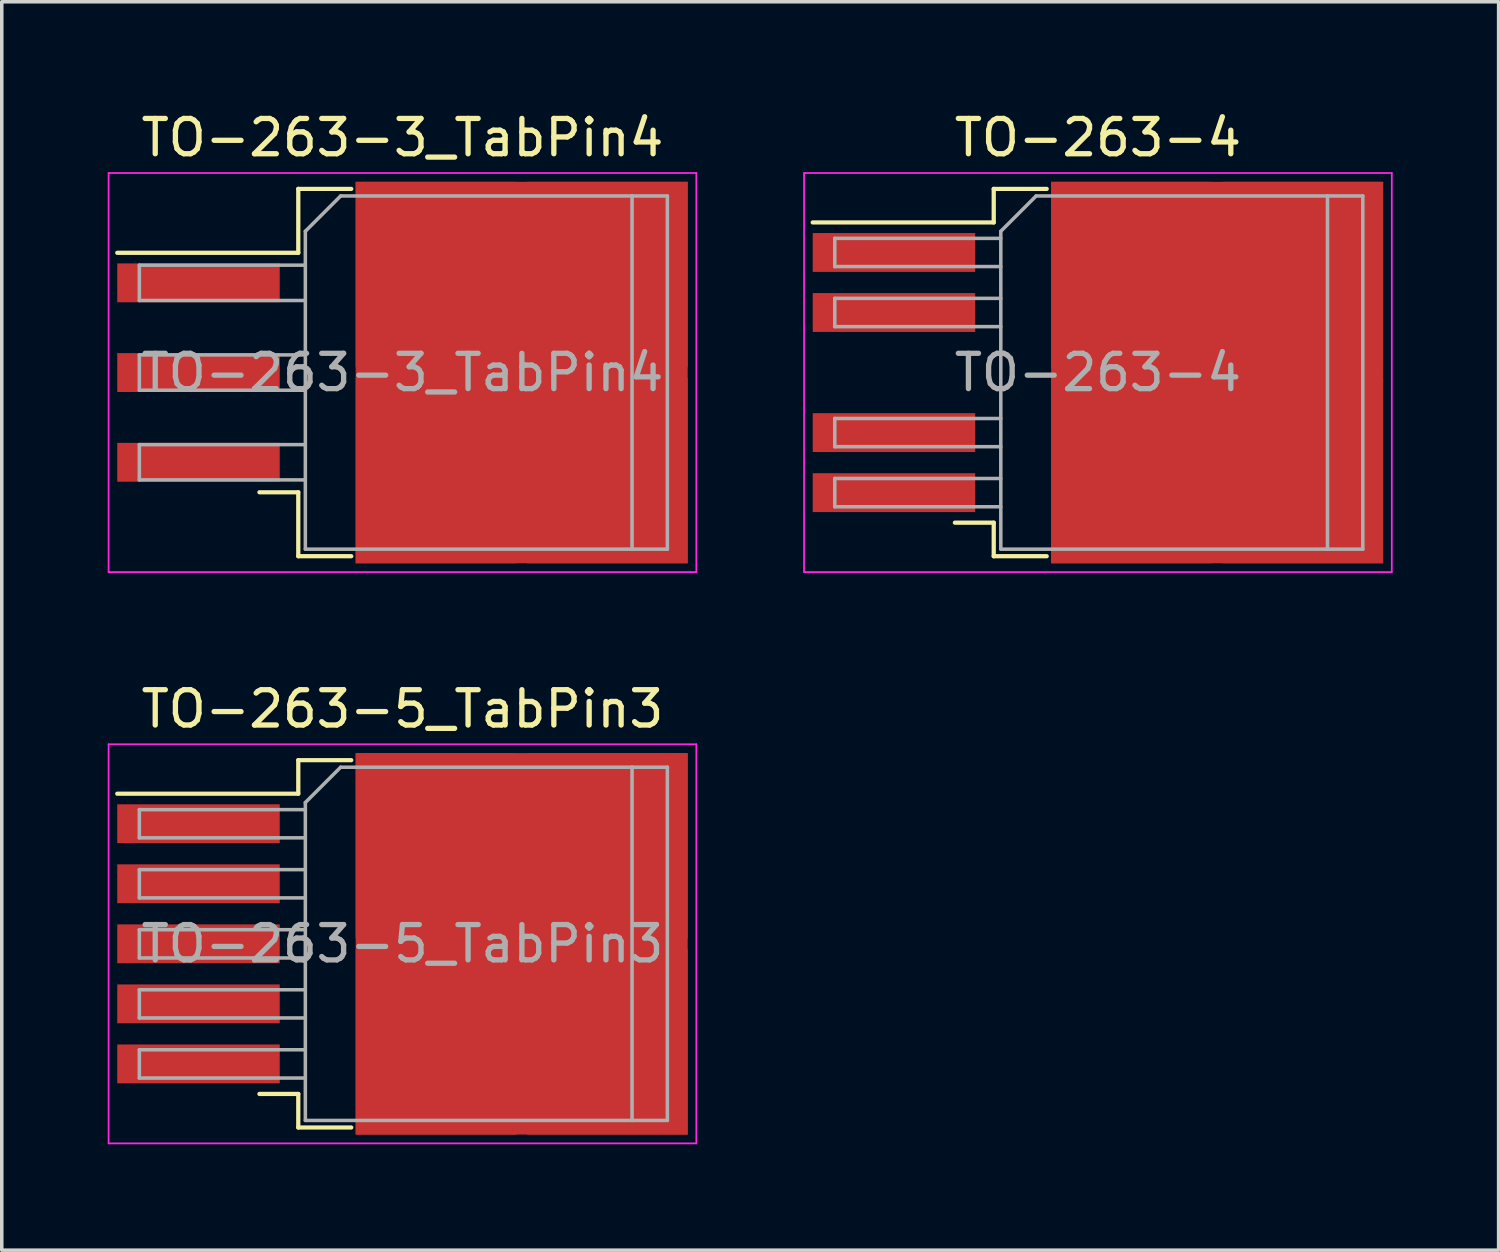
<source format=kicad_pcb>
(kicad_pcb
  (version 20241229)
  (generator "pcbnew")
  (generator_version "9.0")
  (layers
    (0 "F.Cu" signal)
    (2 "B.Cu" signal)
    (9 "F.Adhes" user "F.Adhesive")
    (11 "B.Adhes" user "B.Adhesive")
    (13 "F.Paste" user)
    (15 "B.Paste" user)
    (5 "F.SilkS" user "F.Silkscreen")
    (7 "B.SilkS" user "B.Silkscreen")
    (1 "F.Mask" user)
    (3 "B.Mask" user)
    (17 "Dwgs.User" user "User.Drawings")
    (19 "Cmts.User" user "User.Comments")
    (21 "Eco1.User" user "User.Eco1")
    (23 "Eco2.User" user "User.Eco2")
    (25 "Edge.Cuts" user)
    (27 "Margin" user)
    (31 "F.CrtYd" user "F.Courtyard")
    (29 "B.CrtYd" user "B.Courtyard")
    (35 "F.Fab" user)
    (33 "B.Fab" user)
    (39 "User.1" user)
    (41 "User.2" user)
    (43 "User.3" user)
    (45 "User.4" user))
  (footprint "TO-263-5_TabPin3"
    (layer "F.Cu")
    (at 8.345 23.672)
    (property "Reference" "TO-263-5_TabPin3" (at 0 -6.65 0) (layer "F.SilkS") (effects (font (size 1 1) (thickness 0.15))))
    (attr smd)
    (fp_line (start -2.95 -5.2) (end -2.95 -4.25) (stroke (width 0.12) (type solid)) (layer "F.SilkS"))
    (fp_line (start -2.95 -4.25) (end -8.075 -4.25) (stroke (width 0.12) (type solid)) (layer "F.SilkS"))
    (fp_line (start -2.95 4.25) (end -4.05 4.25) (stroke (width 0.12) (type solid)) (layer "F.SilkS"))
    (fp_line (start -2.95 5.2) (end -2.95 4.25) (stroke (width 0.12) (type solid)) (layer "F.SilkS"))
    (fp_line (start -1.45 -5.2) (end -2.95 -5.2) (stroke (width 0.12) (type solid)) (layer "F.SilkS"))
    (fp_line (start -1.45 5.2) (end -2.95 5.2) (stroke (width 0.12) (type solid)) (layer "F.SilkS"))
    (fp_line (start -8.32 -5.65) (end -8.32 5.65) (stroke (width 0.05) (type solid)) (layer "F.CrtYd"))
    (fp_line (start -8.32 5.65) (end 8.32 5.65) (stroke (width 0.05) (type solid)) (layer "F.CrtYd"))
    (fp_line (start 8.32 -5.65) (end -8.32 -5.65) (stroke (width 0.05) (type solid)) (layer "F.CrtYd"))
    (fp_line (start 8.32 5.65) (end 8.32 -5.65) (stroke (width 0.05) (type solid)) (layer "F.CrtYd"))
    (fp_line (start -7.45 -3.8) (end -7.45 -3) (stroke (width 0.1) (type solid)) (layer "F.Fab"))
    (fp_line (start -7.45 -3) (end -2.75 -3) (stroke (width 0.1) (type solid)) (layer "F.Fab"))
    (fp_line (start -7.45 -2.1) (end -7.45 -1.3) (stroke (width 0.1) (type solid)) (layer "F.Fab"))
    (fp_line (start -7.45 -1.3) (end -2.75 -1.3) (stroke (width 0.1) (type solid)) (layer "F.Fab"))
    (fp_line (start -7.45 -0.4) (end -7.45 0.4) (stroke (width 0.1) (type solid)) (layer "F.Fab"))
    (fp_line (start -7.45 0.4) (end -2.75 0.4) (stroke (width 0.1) (type solid)) (layer "F.Fab"))
    (fp_line (start -7.45 1.3) (end -7.45 2.1) (stroke (width 0.1) (type solid)) (layer "F.Fab"))
    (fp_line (start -7.45 2.1) (end -2.75 2.1) (stroke (width 0.1) (type solid)) (layer "F.Fab"))
    (fp_line (start -7.45 3) (end -7.45 3.8) (stroke (width 0.1) (type solid)) (layer "F.Fab"))
    (fp_line (start -7.45 3.8) (end -2.75 3.8) (stroke (width 0.1) (type solid)) (layer "F.Fab"))
    (fp_line (start -2.75 -4) (end -1.75 -5) (stroke (width 0.1) (type solid)) (layer "F.Fab"))
    (fp_line (start -2.75 -3.8) (end -7.45 -3.8) (stroke (width 0.1) (type solid)) (layer "F.Fab"))
    (fp_line (start -2.75 -2.1) (end -7.45 -2.1) (stroke (width 0.1) (type solid)) (layer "F.Fab"))
    (fp_line (start -2.75 -0.4) (end -7.45 -0.4) (stroke (width 0.1) (type solid)) (layer "F.Fab"))
    (fp_line (start -2.75 1.3) (end -7.45 1.3) (stroke (width 0.1) (type solid)) (layer "F.Fab"))
    (fp_line (start -2.75 3) (end -7.45 3) (stroke (width 0.1) (type solid)) (layer "F.Fab"))
    (fp_line (start -2.75 5) (end -2.75 -4) (stroke (width 0.1) (type solid)) (layer "F.Fab"))
    (fp_line (start -1.75 -5) (end 6.5 -5) (stroke (width 0.1) (type solid)) (layer "F.Fab"))
    (fp_line (start 6.5 -5) (end 6.5 5) (stroke (width 0.1) (type solid)) (layer "F.Fab"))
    (fp_line (start 6.5 -5) (end 7.5 -5) (stroke (width 0.1) (type solid)) (layer "F.Fab"))
    (fp_line (start 6.5 5) (end -2.75 5) (stroke (width 0.1) (type solid)) (layer "F.Fab"))
    (fp_line (start 7.5 -5) (end 7.5 5) (stroke (width 0.1) (type solid)) (layer "F.Fab"))
    (fp_line (start 7.5 5) (end 6.5 5) (stroke (width 0.1) (type solid)) (layer "F.Fab"))
    (fp_text user "${REFERENCE}" (at 0 0 0) (layer "F.Fab") (effects (font (size 1 1) (thickness 0.15))))
    (pad "1" smd rect (at -5.775 -3.4) (size 4.6 1.1) (layers "F.Cu" "F.Mask" "F.Paste"))
    (pad "2" smd rect (at -5.775 -1.7) (size 4.6 1.1) (layers "F.Cu" "F.Mask" "F.Paste"))
    (pad "3" smd rect (at -5.775 0) (size 4.6 1.1) (layers "F.Cu" "F.Mask" "F.Paste"))
    (pad "3" smd rect (at 0.95 -2.775) (size 4.55 5.25) (layers "F.Cu" "F.Paste"))
    (pad "3" smd rect (at 0.95 2.775) (size 4.55 5.25) (layers "F.Cu" "F.Paste"))
    (pad "3" smd rect (at 3.375 0) (size 9.4 10.8) (layers "F.Cu" "F.Mask"))
    (pad "3" smd rect (at 5.8 -2.775) (size 4.55 5.25) (layers "F.Cu" "F.Paste"))
    (pad "3" smd rect (at 5.8 2.775) (size 4.55 5.25) (layers "F.Cu" "F.Paste"))
    (pad "4" smd rect (at -5.775 1.7) (size 4.6 1.1) (layers "F.Cu" "F.Mask" "F.Paste"))
    (pad "5" smd rect (at -5.775 3.4) (size 4.6 1.1) (layers "F.Cu" "F.Mask" "F.Paste")))
  (footprint "TO-263-3_TabPin4"
    (layer "F.Cu")
    (at 8.345 7.498)
    (property "Reference" "TO-263-3_TabPin4" (at 0 -6.65 0) (layer "F.SilkS") (effects (font (size 1 1) (thickness 0.15))))
    (attr smd)
    (fp_line (start -2.95 -5.2) (end -2.95 -3.39) (stroke (width 0.12) (type solid)) (layer "F.SilkS"))
    (fp_line (start -2.95 -3.39) (end -8.075 -3.39) (stroke (width 0.12) (type solid)) (layer "F.SilkS"))
    (fp_line (start -2.95 3.39) (end -4.05 3.39) (stroke (width 0.12) (type solid)) (layer "F.SilkS"))
    (fp_line (start -2.95 5.2) (end -2.95 3.39) (stroke (width 0.12) (type solid)) (layer "F.SilkS"))
    (fp_line (start -1.45 -5.2) (end -2.95 -5.2) (stroke (width 0.12) (type solid)) (layer "F.SilkS"))
    (fp_line (start -1.45 5.2) (end -2.95 5.2) (stroke (width 0.12) (type solid)) (layer "F.SilkS"))
    (fp_line (start -8.32 -5.65) (end -8.32 5.65) (stroke (width 0.05) (type solid)) (layer "F.CrtYd"))
    (fp_line (start -8.32 5.65) (end 8.32 5.65) (stroke (width 0.05) (type solid)) (layer "F.CrtYd"))
    (fp_line (start 8.32 -5.65) (end -8.32 -5.65) (stroke (width 0.05) (type solid)) (layer "F.CrtYd"))
    (fp_line (start 8.32 5.65) (end 8.32 -5.65) (stroke (width 0.05) (type solid)) (layer "F.CrtYd"))
    (fp_line (start -7.45 -3.04) (end -7.45 -2.04) (stroke (width 0.1) (type solid)) (layer "F.Fab"))
    (fp_line (start -7.45 -2.04) (end -2.75 -2.04) (stroke (width 0.1) (type solid)) (layer "F.Fab"))
    (fp_line (start -7.45 -0.5) (end -7.45 0.5) (stroke (width 0.1) (type solid)) (layer "F.Fab"))
    (fp_line (start -7.45 0.5) (end -2.75 0.5) (stroke (width 0.1) (type solid)) (layer "F.Fab"))
    (fp_line (start -7.45 2.04) (end -7.45 3.04) (stroke (width 0.1) (type solid)) (layer "F.Fab"))
    (fp_line (start -7.45 3.04) (end -2.75 3.04) (stroke (width 0.1) (type solid)) (layer "F.Fab"))
    (fp_line (start -2.75 -4) (end -1.75 -5) (stroke (width 0.1) (type solid)) (layer "F.Fab"))
    (fp_line (start -2.75 -3.04) (end -7.45 -3.04) (stroke (width 0.1) (type solid)) (layer "F.Fab"))
    (fp_line (start -2.75 -0.5) (end -7.45 -0.5) (stroke (width 0.1) (type solid)) (layer "F.Fab"))
    (fp_line (start -2.75 2.04) (end -7.45 2.04) (stroke (width 0.1) (type solid)) (layer "F.Fab"))
    (fp_line (start -2.75 5) (end -2.75 -4) (stroke (width 0.1) (type solid)) (layer "F.Fab"))
    (fp_line (start -1.75 -5) (end 6.5 -5) (stroke (width 0.1) (type solid)) (layer "F.Fab"))
    (fp_line (start 6.5 -5) (end 6.5 5) (stroke (width 0.1) (type solid)) (layer "F.Fab"))
    (fp_line (start 6.5 -5) (end 7.5 -5) (stroke (width 0.1) (type solid)) (layer "F.Fab"))
    (fp_line (start 6.5 5) (end -2.75 5) (stroke (width 0.1) (type solid)) (layer "F.Fab"))
    (fp_line (start 7.5 -5) (end 7.5 5) (stroke (width 0.1) (type solid)) (layer "F.Fab"))
    (fp_line (start 7.5 5) (end 6.5 5) (stroke (width 0.1) (type solid)) (layer "F.Fab"))
    (fp_text user "${REFERENCE}" (at 0 0 0) (layer "F.Fab") (effects (font (size 1 1) (thickness 0.15))))
    (pad "1" smd rect (at -5.775 -2.54) (size 4.6 1.1) (layers "F.Cu" "F.Mask" "F.Paste"))
    (pad "2" smd rect (at -5.775 0) (size 4.6 1.1) (layers "F.Cu" "F.Mask" "F.Paste"))
    (pad "3" smd rect (at -5.775 2.54) (size 4.6 1.1) (layers "F.Cu" "F.Mask" "F.Paste"))
    (pad "4" smd rect (at 0.95 -2.775) (size 4.55 5.25) (layers "F.Cu" "F.Paste"))
    (pad "4" smd rect (at 0.95 2.775) (size 4.55 5.25) (layers "F.Cu" "F.Paste"))
    (pad "4" smd rect (at 3.375 0) (size 9.4 10.8) (layers "F.Cu" "F.Mask"))
    (pad "4" smd rect (at 5.8 -2.775) (size 4.55 5.25) (layers "F.Cu" "F.Paste"))
    (pad "4" smd rect (at 5.8 2.775) (size 4.55 5.25) (layers "F.Cu" "F.Paste")))
  (footprint "TO-263-4"
    (layer "F.Cu")
    (at 28.035 7.498)
    (property "Reference" "TO-263-4" (at 0 -6.65 0) (layer "F.SilkS") (effects (font (size 1 1) (thickness 0.15))))
    (attr smd)
    (fp_line (start -2.95 -5.2) (end -2.95 -4.25) (stroke (width 0.12) (type solid)) (layer "F.SilkS"))
    (fp_line (start -2.95 -4.25) (end -8.075 -4.25) (stroke (width 0.12) (type solid)) (layer "F.SilkS"))
    (fp_line (start -2.95 4.25) (end -4.05 4.25) (stroke (width 0.12) (type solid)) (layer "F.SilkS"))
    (fp_line (start -2.95 5.2) (end -2.95 4.25) (stroke (width 0.12) (type solid)) (layer "F.SilkS"))
    (fp_line (start -1.45 -5.2) (end -2.95 -5.2) (stroke (width 0.12) (type solid)) (layer "F.SilkS"))
    (fp_line (start -1.45 5.2) (end -2.95 5.2) (stroke (width 0.12) (type solid)) (layer "F.SilkS"))
    (fp_line (start -8.32 -5.65) (end -8.32 5.65) (stroke (width 0.05) (type solid)) (layer "F.CrtYd"))
    (fp_line (start -8.32 5.65) (end 8.32 5.65) (stroke (width 0.05) (type solid)) (layer "F.CrtYd"))
    (fp_line (start 8.32 -5.65) (end -8.32 -5.65) (stroke (width 0.05) (type solid)) (layer "F.CrtYd"))
    (fp_line (start 8.32 5.65) (end 8.32 -5.65) (stroke (width 0.05) (type solid)) (layer "F.CrtYd"))
    (fp_line (start -7.45 -3.8) (end -7.45 -3) (stroke (width 0.1) (type solid)) (layer "F.Fab"))
    (fp_line (start -7.45 -3) (end -2.75 -3) (stroke (width 0.1) (type solid)) (layer "F.Fab"))
    (fp_line (start -7.45 -2.1) (end -7.45 -1.3) (stroke (width 0.1) (type solid)) (layer "F.Fab"))
    (fp_line (start -7.45 -1.3) (end -2.75 -1.3) (stroke (width 0.1) (type solid)) (layer "F.Fab"))
    (fp_line (start -7.45 1.3) (end -7.45 2.1) (stroke (width 0.1) (type solid)) (layer "F.Fab"))
    (fp_line (start -7.45 2.1) (end -2.75 2.1) (stroke (width 0.1) (type solid)) (layer "F.Fab"))
    (fp_line (start -7.45 3) (end -7.45 3.8) (stroke (width 0.1) (type solid)) (layer "F.Fab"))
    (fp_line (start -7.45 3.8) (end -2.75 3.8) (stroke (width 0.1) (type solid)) (layer "F.Fab"))
    (fp_line (start -2.75 -4) (end -1.75 -5) (stroke (width 0.1) (type solid)) (layer "F.Fab"))
    (fp_line (start -2.75 -3.8) (end -7.45 -3.8) (stroke (width 0.1) (type solid)) (layer "F.Fab"))
    (fp_line (start -2.75 -2.1) (end -7.45 -2.1) (stroke (width 0.1) (type solid)) (layer "F.Fab"))
    (fp_line (start -2.75 1.3) (end -7.45 1.3) (stroke (width 0.1) (type solid)) (layer "F.Fab"))
    (fp_line (start -2.75 3) (end -7.45 3) (stroke (width 0.1) (type solid)) (layer "F.Fab"))
    (fp_line (start -2.75 5) (end -2.75 -4) (stroke (width 0.1) (type solid)) (layer "F.Fab"))
    (fp_line (start -1.75 -5) (end 6.5 -5) (stroke (width 0.1) (type solid)) (layer "F.Fab"))
    (fp_line (start 6.5 -5) (end 6.5 5) (stroke (width 0.1) (type solid)) (layer "F.Fab"))
    (fp_line (start 6.5 -5) (end 7.5 -5) (stroke (width 0.1) (type solid)) (layer "F.Fab"))
    (fp_line (start 6.5 5) (end -2.75 5) (stroke (width 0.1) (type solid)) (layer "F.Fab"))
    (fp_line (start 7.5 -5) (end 7.5 5) (stroke (width 0.1) (type solid)) (layer "F.Fab"))
    (fp_line (start 7.5 5) (end 6.5 5) (stroke (width 0.1) (type solid)) (layer "F.Fab"))
    (fp_text user "${REFERENCE}" (at 0 0 0) (layer "F.Fab") (effects (font (size 1 1) (thickness 0.15))))
    (pad "1" smd rect (at -5.775 -3.4) (size 4.6 1.1) (layers "F.Cu" "F.Mask" "F.Paste"))
    (pad "2" smd rect (at -5.775 -1.7) (size 4.6 1.1) (layers "F.Cu" "F.Mask" "F.Paste"))
    (pad "3" smd rect (at 0.95 -2.775) (size 4.55 5.25) (layers "F.Cu" "F.Paste"))
    (pad "3" smd rect (at 0.95 2.775) (size 4.55 5.25) (layers "F.Cu" "F.Paste"))
    (pad "3" smd rect (at 3.375 0) (size 9.4 10.8) (layers "F.Cu" "F.Mask"))
    (pad "3" smd rect (at 5.8 -2.775) (size 4.55 5.25) (layers "F.Cu" "F.Paste"))
    (pad "3" smd rect (at 5.8 2.775) (size 4.55 5.25) (layers "F.Cu" "F.Paste"))
    (pad "4" smd rect (at -5.775 1.7) (size 4.6 1.1) (layers "F.Cu" "F.Mask" "F.Paste"))
    (pad "5" smd rect (at -5.775 3.4) (size 4.6 1.1) (layers "F.Cu" "F.Mask" "F.Paste")))
  (gr_rect
    (start -3 -3)
    (end 39.38 32.346)
    (stroke (width 0.1) (type default))
    (fill no)
    (layer "Edge.Cuts")))
</source>
